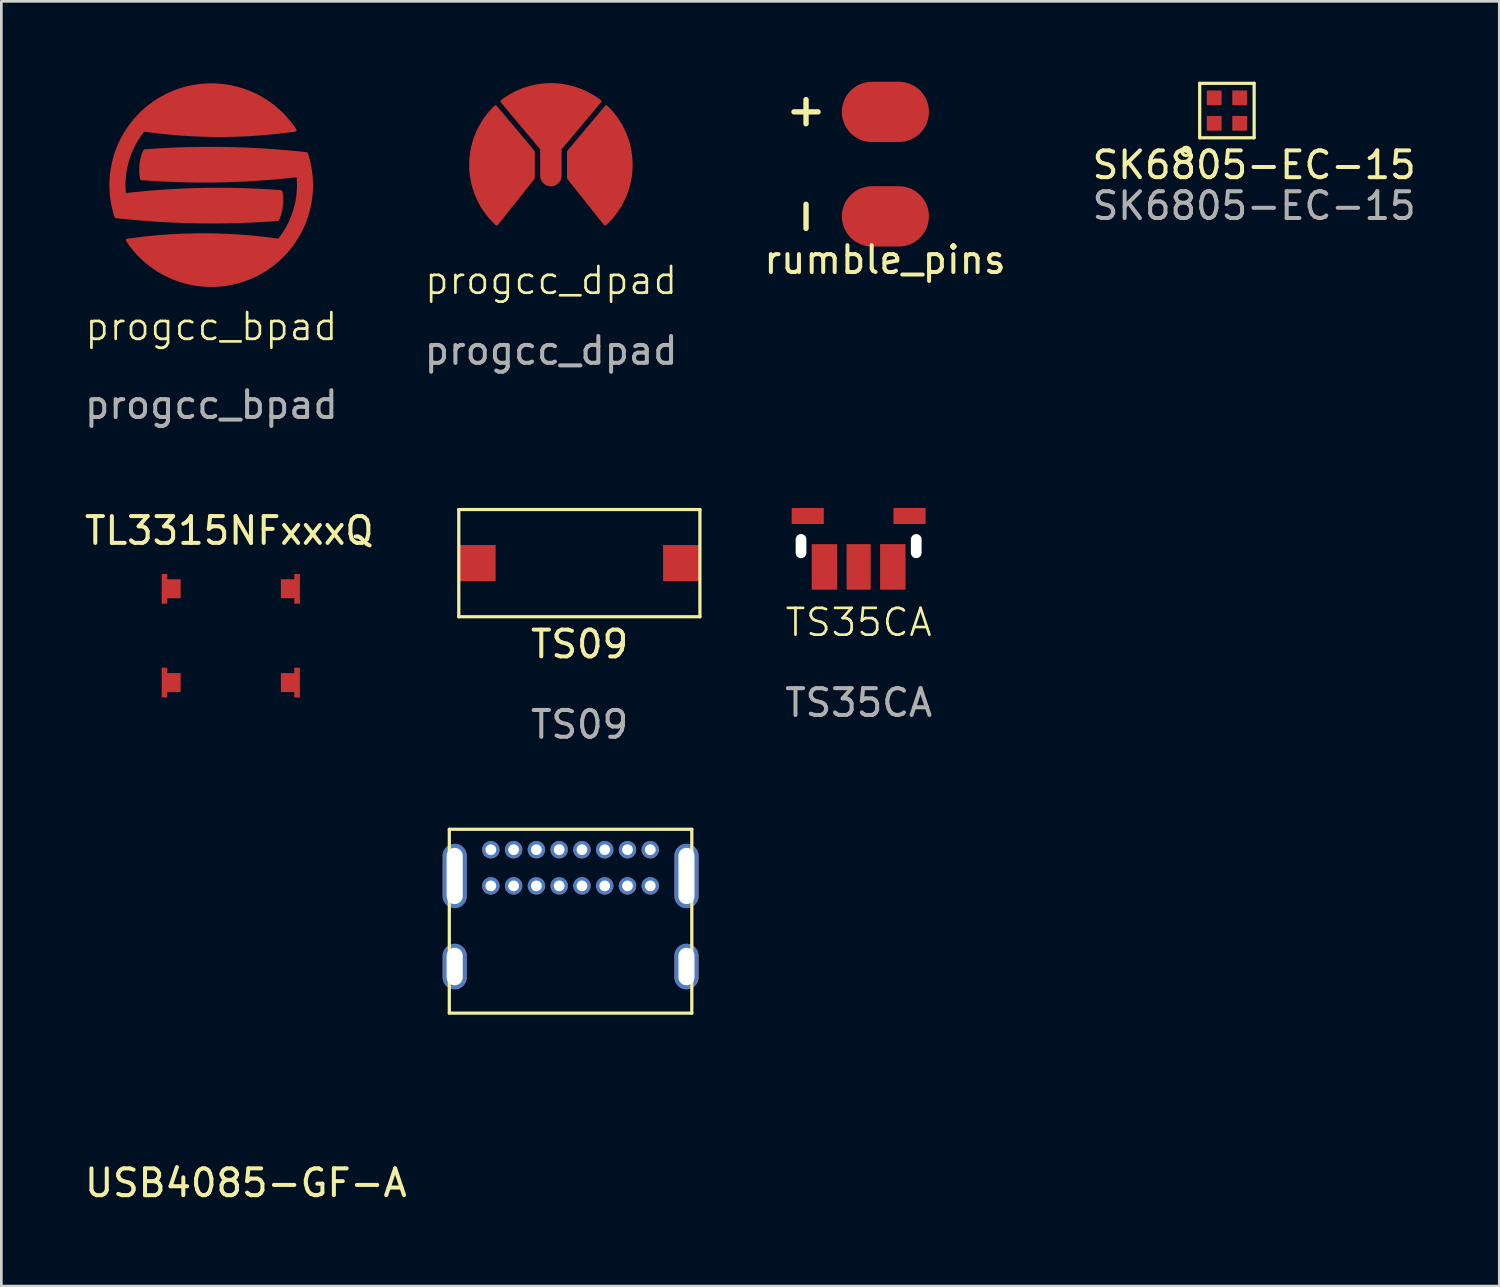
<source format=kicad_pcb>
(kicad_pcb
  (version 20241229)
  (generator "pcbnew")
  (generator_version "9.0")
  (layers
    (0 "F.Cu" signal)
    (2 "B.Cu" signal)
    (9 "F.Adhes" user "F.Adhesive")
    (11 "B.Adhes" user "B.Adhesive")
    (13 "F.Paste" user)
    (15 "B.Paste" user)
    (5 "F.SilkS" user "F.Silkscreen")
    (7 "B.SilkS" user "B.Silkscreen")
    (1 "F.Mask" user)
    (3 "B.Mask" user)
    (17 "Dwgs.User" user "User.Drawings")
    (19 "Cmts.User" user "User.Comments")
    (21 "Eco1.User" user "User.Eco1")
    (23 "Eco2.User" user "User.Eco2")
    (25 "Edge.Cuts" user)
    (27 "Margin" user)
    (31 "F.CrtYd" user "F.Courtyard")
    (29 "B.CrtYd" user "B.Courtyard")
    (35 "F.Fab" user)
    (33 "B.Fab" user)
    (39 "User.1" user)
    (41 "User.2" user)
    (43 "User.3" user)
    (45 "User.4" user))
  (footprint "USB4085-GF-A"
    (layer "F.Cu")
    (at 15.269 28.662)
    (property "Reference" "USB4085-GF-A" (at -9.144 12.438 0) (layer "F.SilkS") (effects (font (size 1 1) (thickness 0.15))))
    (attr smd)
    (fp_line (start -1.55 -0.762) (end -1.55 6.1) (stroke (width 0.12) (type solid)) (layer "F.SilkS"))
    (fp_line (start -1.55 6.1) (end 7.5 6.1) (stroke (width 0.12) (type solid)) (layer "F.SilkS"))
    (fp_line (start 7.5 -0.762) (end -1.55 -0.762) (stroke (width 0.12) (type solid)) (layer "F.SilkS"))
    (fp_line (start 7.5 6.1) (end 7.5 -0.762) (stroke (width 0.12) (type solid)) (layer "F.SilkS"))
    (pad "A1" thru_hole circle (at 0 0) (size 0.65 0.65) (drill 0.4) (layers "*.Cu" "*.Mask"))
    (pad "A4" thru_hole circle (at 0.85 0) (size 0.65 0.65) (drill 0.4) (layers "*.Cu" "*.Mask"))
    (pad "A5" thru_hole circle (at 1.7 0) (size 0.65 0.65) (drill 0.4) (layers "*.Cu" "*.Mask"))
    (pad "A6" thru_hole circle (at 2.55 0) (size 0.65 0.65) (drill 0.4) (layers "*.Cu" "*.Mask"))
    (pad "A7" thru_hole circle (at 3.4 0) (size 0.65 0.65) (drill 0.4) (layers "*.Cu" "*.Mask"))
    (pad "A8" thru_hole circle (at 4.25 0) (size 0.65 0.65) (drill 0.4) (layers "*.Cu" "*.Mask"))
    (pad "A9" thru_hole circle (at 5.1 0) (size 0.65 0.65) (drill 0.4) (layers "*.Cu" "*.Mask"))
    (pad "A12" thru_hole circle (at 5.95 0) (size 0.65 0.65) (drill 0.4) (layers "*.Cu" "*.Mask"))
    (pad "B1" thru_hole circle (at 5.95 1.35) (size 0.65 0.65) (drill 0.4) (layers "*.Cu" "*.Mask"))
    (pad "B4" thru_hole circle (at 5.1 1.35) (size 0.65 0.65) (drill 0.4) (layers "*.Cu" "*.Mask"))
    (pad "B5" thru_hole circle (at 4.25 1.35) (size 0.65 0.65) (drill 0.4) (layers "*.Cu" "*.Mask"))
    (pad "B6" thru_hole circle (at 3.4 1.35) (size 0.65 0.65) (drill 0.4) (layers "*.Cu" "*.Mask"))
    (pad "B7" thru_hole circle (at 2.55 1.35) (size 0.65 0.65) (drill 0.4) (layers "*.Cu" "*.Mask"))
    (pad "B8" thru_hole circle (at 1.7 1.35) (size 0.65 0.65) (drill 0.4) (layers "*.Cu" "*.Mask"))
    (pad "B9" thru_hole circle (at 0.85 1.35) (size 0.65 0.65) (drill 0.4) (layers "*.Cu" "*.Mask"))
    (pad "B12" thru_hole circle (at 0 1.35) (size 0.65 0.65) (drill 0.4) (layers "*.Cu" "*.Mask"))
    (pad "SH" thru_hole oval (at -1.35 0.98) (size 0.9 2.4) (drill oval 0.6 2.1) (layers "*.Cu" "*.Mask"))
    (pad "SH" thru_hole oval (at -1.35 4.36) (size 0.9 1.7) (drill oval 0.6 1.4) (layers "*.Cu" "*.Mask"))
    (pad "SH" thru_hole oval (at 7.3 0.98) (size 0.9 2.4) (drill oval 0.6 2.1) (layers "*.Cu" "*.Mask"))
    (pad "SH" thru_hole oval (at 7.3 4.36) (size 0.9 1.7) (drill oval 0.6 1.4) (layers "*.Cu" "*.Mask")))
  (footprint "TS35CA"
    (layer "F.Cu")
    (at 28.995 17.257)
    (property "Reference" "TS35CA" (at 0 2.921 0) (unlocked yes) (layer "F.SilkS") (effects (font (size 1 1) (thickness 0.1))))
    (attr smd)
    (fp_text user "${REFERENCE}" (at 0 5.921 0) (unlocked yes) (layer "F.Fab") (effects (font (size 1 1) (thickness 0.15))))
    (pad "" np_thru_hole oval (at -2.15 0.075 180) (size 0.4 0.9) (drill oval 0.4 0.9) (layers "*.Cu" "*.Mask"))
    (pad "" np_thru_hole oval (at 2.15 0.075 180) (size 0.4 0.9) (drill oval 0.4 0.9) (layers "*.Cu" "*.Mask"))
    (pad "1" smd rect (at -1.275 0.85 180) (size 0.95 1.7) (layers "F.Cu" "F.Mask" "F.Paste"))
    (pad "2" smd rect (at 0 0.85 180) (size 0.9 1.7) (layers "F.Cu" "F.Mask" "F.Paste"))
    (pad "3" smd rect (at 1.275 0.85 180) (size 0.95 1.7) (layers "F.Cu" "F.Mask" "F.Paste"))
    (pad "MP" smd rect (at -1.9 -1.05 180) (size 1.2 0.6) (layers "F.Cu" "F.Mask" "F.Paste"))
    (pad "MP" smd rect (at 1.9 -1.05 180) (size 1.2 0.6) (layers "F.Cu" "F.Mask" "F.Paste")))
  (footprint "TS09"
    (layer "F.Cu")
    (at 18.572 17.967)
    (property "Reference" "TS09" (at 0.008 3.025 0) (unlocked yes) (layer "F.SilkS") (effects (font (size 1 1) (thickness 0.15))))
    (attr smd)
    (fp_line (start -4.5 -2) (end -4.5 2) (stroke (width 0.12) (type solid)) (layer "F.SilkS"))
    (fp_line (start -4.5 -2) (end 4.5 -2) (stroke (width 0.12) (type solid)) (layer "F.SilkS"))
    (fp_line (start -4.5 2) (end 4.5 2) (stroke (width 0.12) (type solid)) (layer "F.SilkS"))
    (fp_line (start 4.5 -2) (end 4.5 2) (stroke (width 0.12) (type solid)) (layer "F.SilkS"))
    (fp_text user "${REFERENCE}" (at 0.008 6.025 0) (unlocked yes) (layer "F.Fab") (effects (font (size 1 1) (thickness 0.15))))
    (pad "1" smd rect (at -3.8 0) (size 1.35 1.35) (layers "F.Cu" "F.Mask" "F.Paste"))
    (pad "2" smd rect (at 3.8 0) (size 1.35 1.35) (layers "F.Cu" "F.Mask" "F.Paste")))
  (footprint "TL3315NFxxxQ"
    (layer "F.Cu")
    (at 5.563 20.674)
    (property "Reference" "TL3315NFxxxQ" (at -0.057 -3.918 0) (layer "F.SilkS") (effects (font (size 1 1) (thickness 0.15))))
    (attr smd)
    (pad "1" smd custom (at -2.225 -1.75) (size 0.5 0.5) (layers "F.Cu" "F.Mask" "F.Paste") (options (anchor rect)) (primitives (gr_poly (pts (xy -0.35 0.55) (xy -0.35 -0.55) (xy -0.15 -0.55) (xy -0.15 -0.35) (xy 0.35 -0.35) (xy 0.35 0.35) (xy -0.15 0.35) (xy -0.15 0.55)) (width 0.01) (fill yes))))
    (pad "2" smd custom (at 2.225 -1.75 180) (size 0.5 0.5) (layers "F.Cu" "F.Mask" "F.Paste") (options (anchor rect)) (primitives (gr_poly (pts (xy -0.35 0.55) (xy -0.35 -0.55) (xy -0.15 -0.55) (xy -0.15 -0.35) (xy 0.35 -0.35) (xy 0.35 0.35) (xy -0.15 0.35) (xy -0.15 0.55)) (width 0.01) (fill yes))))
    (pad "3" smd custom (at -2.225 1.75) (size 0.5 0.5) (layers "F.Cu" "F.Mask" "F.Paste") (options (anchor rect)) (primitives (gr_poly (pts (xy -0.35 0.55) (xy -0.35 -0.55) (xy -0.15 -0.55) (xy -0.15 -0.35) (xy 0.35 -0.35) (xy 0.35 0.35) (xy -0.15 0.35) (xy -0.15 0.55)) (width 0.01) (fill yes))))
    (pad "4" smd custom (at 2.225 1.75 180) (size 0.5 0.5) (layers "F.Cu" "F.Mask" "F.Paste") (options (anchor rect)) (primitives (gr_poly (pts (xy -0.35 0.55) (xy -0.35 -0.55) (xy -0.15 -0.55) (xy -0.15 -0.35) (xy 0.35 -0.35) (xy 0.35 0.35) (xy -0.15 0.35) (xy -0.15 0.55)) (width 0.01) (fill yes)))))
  (footprint "progcc_bpad"
    (layer "F.Cu")
    (at 4.839 3.855)
    (property "Reference" "progcc_bpad" (at 0 5.283 0) (unlocked yes) (layer "F.SilkS") (effects (font (size 1 1) (thickness 0.1))))
    (attr exclude_from_pos_files exclude_from_bom allow_soldermask_bridges)
    (fp_circle (center 0 0) (end 3.75 0) (stroke (width 0.1) (type solid)) (fill yes) (layer "F.Mask"))
    (fp_text user "${REFERENCE}" (at 0 8.204 0) (unlocked yes) (layer "F.Fab") (effects (font (size 1 1) (thickness 0.15))))
    (pad "1" smd custom (at 0 2.794 270) (size 0.95 1.7) (layers "F.Cu") (options (anchor rect)) (primitives (gr_poly (pts (arc (start -0.739 3.146309) (mid 0.588913 -1.622312) (end -3.969 -3.553263)) (arc (start -3.969 -3.553263) (mid -4.163901 -0.533431) (end -4.076247 2.491415)) (arc (start -4.076247 2.491415) (mid -3.56014 2.632291) (end -3.025575 2.611119)) (arc (start -3.025575 2.611119) (mid -2.941643 -0.309601) (end -3.139 -3.224854)) (arc (start -3.139 -3.224854) (mid -1.867999 -3.110531) (end -0.739 -2.515659)) (arc (start -0.739 -2.515659) (mid -0.941401 0.315325) (end -0.739 3.146309))) (width 0.1) (fill yes))))
    (pad "2" smd custom (at 0 -2.743 270) (size 0.95 1.7) (layers "F.Cu") (options (anchor rect)) (primitives (gr_poly (pts (arc (start 2.984775 -2.598629) (mid 2.900842 0.322091) (end 3.0982 3.237344)) (arc (start 3.0982 3.237344) (mid 1.827203 3.123011) (end 0.6982 2.528149)) (arc (start 0.6982 2.528149) (mid 0.9006 -0.302835) (end 0.6982 -3.133819)) (arc (start 0.6982 -3.133819) (mid -0.629711 1.634808) (end 3.9282 3.565754)) (arc (start 3.9282 3.565754) (mid 4.123102 0.545922) (end 4.035446 -2.478924)) (arc (start 4.035446 -2.478924) (mid 3.519343 -2.619811) (end 2.984775 -2.598629))) (width 0.1) (fill yes))))
    (zone (net_name "") (layer "F.Cu") (name "Keepout") (hatch edge 0.5) (connect_pads) (min_thickness 0.25) (filled_areas_thickness no) (keepout (tracks allowed) (vias allowed) (pads allowed) (copperpour not_allowed) (footprints allowed)) (placement (enabled no)) (fill) (polygon (pts (xy 8.692 3.845) (xy 8.672 3.456) (xy 8.613 3.07) (xy 8.515 2.693) (xy 8.38 2.327) (xy 8.208 1.977) (xy 8.002 1.646) (xy 7.763 1.337) (xy 7.495 1.055) (xy 7.199 0.801) (xy 6.879 0.578) (xy 6.538 0.389) (xy 6.179 0.235) (xy 5.807 0.118) (xy 5.425 0.039) (xy 5.037 0) (xy 4.647 0) (xy 4.259 0.039) (xy 3.877 0.118) (xy 3.505 0.235) (xy 3.147 0.389) (xy 2.806 0.578) (xy 2.485 0.801) (xy 2.19 1.055) (xy 1.921 1.337) (xy 1.682 1.646) (xy 1.476 1.977) (xy 1.304 2.327) (xy 1.169 2.693) (xy 1.071 3.07) (xy 1.012 3.456) (xy 0.992 3.845) (xy 1.012 4.235) (xy 1.071 4.62) (xy 1.169 4.998) (xy 1.304 5.363) (xy 1.476 5.713) (xy 1.682 6.044) (xy 1.921 6.353) (xy 2.19 6.636) (xy 2.485 6.89) (xy 2.806 7.112) (xy 3.147 7.302) (xy 3.505 7.455) (xy 3.877 7.572) (xy 4.259 7.651) (xy 4.647 7.69) (xy 5.037 7.69) (xy 5.425 7.651) (xy 5.807 7.572) (xy 6.179 7.455) (xy 6.538 7.302) (xy 6.879 7.112) (xy 7.199 6.89) (xy 7.495 6.636) (xy 7.763 6.353) (xy 8.002 6.044) (xy 8.208 5.713) (xy 8.38 5.363) (xy 8.515 4.998) (xy 8.613 4.62) (xy 8.672 4.235)))))
  (footprint "rumble_pins"
    (layer "F.Cu")
    (at 29.982 1.917)
    (property "Reference" "rumble_pins" (at 0 4.729 180) (layer "F.SilkS") (effects (font (size 1 1) (thickness 0.15))))
    (attr smd exclude_from_pos_files exclude_from_bom)
    (fp_line (start -3.4 -0.792) (end -2.5 -0.792) (stroke (width 0.2) (type solid)) (layer "F.SilkS"))
    (fp_line (start -2.95 -0.35) (end -2.95 -1.25) (stroke (width 0.2) (type solid)) (layer "F.SilkS"))
    (fp_line (start -2.95 3.558) (end -2.95 2.658) (stroke (width 0.2) (type solid)) (layer "F.SilkS"))
    (pad "1" smd oval (at 0.012 -0.792) (size 3.25 2.25) (layers "F.Cu" "F.Mask" "F.Paste"))
    (pad "2" smd oval (at 0.012 3.108) (size 3.25 2.25) (layers "F.Cu" "F.Mask" "F.Paste")))
  (footprint "progcc_dpad"
    (layer "F.Cu")
    (at 17.518 3.1)
    (property "Reference" "progcc_dpad" (at 0 4.318 0) (unlocked yes) (layer "F.SilkS") (effects (font (size 1 1) (thickness 0.1))))
    (fp_circle (center 0 0) (end 3 0) (stroke (width 0.1) (type solid)) (fill yes) (layer "F.Mask"))
    (fp_text user "${REFERENCE}" (at 0 6.936 0) (unlocked yes) (layer "F.Fab") (effects (font (size 1 1) (thickness 0.15))))
    (pad "1" smd custom (at -2.134 0 270) (size 0.95 1.7) (layers "F.Cu") (options (anchor rect)) (primitives (gr_poly (pts (arc (start -2.173508 -0.061447) (mid 0.032297 0.873858) (end 2.219479 -0.104203)) (xy 0.494 -1.476) (xy -0.488 -1.476) (arc (start -2.173508 -0.061447) (mid 0.032297 0.873858) (end 2.219479 -0.104203))) (width 0.1) (fill yes))))
    (pad "1" smd custom (at 2.134 0 270) (size 0.95 1.7) (layers "F.Cu") (options (anchor rect)) (primitives (gr_poly (pts (arc (start -2.173508 0.076647) (mid 0.032297 -0.858658) (end 2.219479 0.119403)) (xy 0.494 1.491) (xy -0.488 1.491) (arc (start -2.173508 0.076647) (mid 0.032297 -0.858658) (end 2.219479 0.119403))) (width 0.1) (fill yes))))
    (pad "2" smd custom (at 0 -2.388 270) (size 0.95 1.7) (layers "F.Cu") (options (anchor rect)) (primitives (gr_poly (pts (arc (start 2.7907 0.3576) (mid 3.1407 0.0076) (end 2.7907 -0.3424)) (xy 2.391 -0.342) (xy 1.791 -0.342) (arc (start 0.018768 -1.829228) (mid -0.6093 0.0076) (end 0.018768 1.844428)) (xy 1.791 0.358) (xy 2.391 0.358)) (width 0.1) (fill yes))))
    (zone (net_name "") (layers "F.Cu" "Eco2.User") (name "Keepout") (hatch edge 0.5) (connect_pads) (min_thickness 0.25) (filled_areas_thickness no) (keepout (tracks allowed) (vias allowed) (pads allowed) (copperpour not_allowed) (footprints allowed)) (placement (enabled no)) (fill) (polygon (pts (xy 20.618 3.1) (xy 20.598 2.753) (xy 20.54 2.41) (xy 20.444 2.076) (xy 20.311 1.755) (xy 20.143 1.451) (xy 19.942 1.167) (xy 19.71 0.908) (xy 19.451 0.676) (xy 19.167 0.475) (xy 18.863 0.307) (xy 18.542 0.174) (xy 18.208 0.078) (xy 17.865 0.019) (xy 17.518 0) (xy 17.171 0.019) (xy 16.828 0.078) (xy 16.494 0.174) (xy 16.173 0.307) (xy 15.869 0.475) (xy 15.585 0.676) (xy 15.326 0.908) (xy 15.094 1.167) (xy 14.893 1.451) (xy 14.725 1.755) (xy 14.592 2.076) (xy 14.496 2.41) (xy 14.437 2.753) (xy 14.418 3.1) (xy 14.437 3.447) (xy 14.496 3.79) (xy 14.592 4.124) (xy 14.725 4.445) (xy 14.893 4.749) (xy 15.094 5.033) (xy 15.326 5.292) (xy 15.585 5.524) (xy 15.869 5.725) (xy 16.173 5.893) (xy 16.494 6.026) (xy 16.828 6.122) (xy 17.171 6.181) (xy 17.518 6.2) (xy 17.865 6.181) (xy 18.208 6.122) (xy 18.542 6.026) (xy 18.863 5.893) (xy 19.167 5.725) (xy 19.451 5.524) (xy 19.71 5.292) (xy 19.942 5.033) (xy 20.143 4.749) (xy 20.311 4.445) (xy 20.444 4.124) (xy 20.54 3.79) (xy 20.598 3.447)))))
  (footprint "SK6805-EC-15"
    (layer "F.Cu")
    (at 42.74 1.076)
    (property "Reference" "SK6805-EC-15" (at 1.016 2.032 0) (unlocked yes) (layer "F.SilkS") (effects (font (size 1 1) (thickness 0.15))))
    (attr smd)
    (fp_line (start -1.016 -1.016) (end 1.016 -1.016) (stroke (width 0.12) (type solid)) (layer "F.SilkS"))
    (fp_line (start -1.016 1.016) (end -1.016 -1.016) (stroke (width 0.12) (type solid)) (layer "F.SilkS"))
    (fp_line (start 1.016 -1.016) (end 1.016 1.016) (stroke (width 0.12) (type solid)) (layer "F.SilkS"))
    (fp_line (start 1.016 1.016) (end -1.016 1.016) (stroke (width 0.12) (type solid)) (layer "F.SilkS"))
    (fp_circle (center -1.524 1.524) (end -1.426 1.64) (stroke (width 0.12) (type solid)) (fill no) (layer "F.SilkS"))
    (fp_text user "${REFERENCE}" (at 1.016 3.556 0) (unlocked yes) (layer "F.Fab") (effects (font (size 1 1) (thickness 0.15))))
    (pad "1" smd rect (at -0.475 0.475) (size 0.55 0.55) (layers "F.Cu" "F.Mask" "F.Paste"))
    (pad "2" smd rect (at 0.475 0.475) (size 0.55 0.55) (layers "F.Cu" "F.Mask" "F.Paste"))
    (pad "3" smd rect (at 0.475 -0.475) (size 0.55 0.55) (layers "F.Cu" "F.Mask" "F.Paste"))
    (pad "4" smd rect (at -0.475 -0.475) (size 0.55 0.55) (layers "F.Cu" "F.Mask" "F.Paste")))
  (gr_rect
    (start -3 -3)
    (end 52.905 44.948)
    (stroke (width 0.1) (type default))
    (fill no)
    (layer "Edge.Cuts")))
</source>
